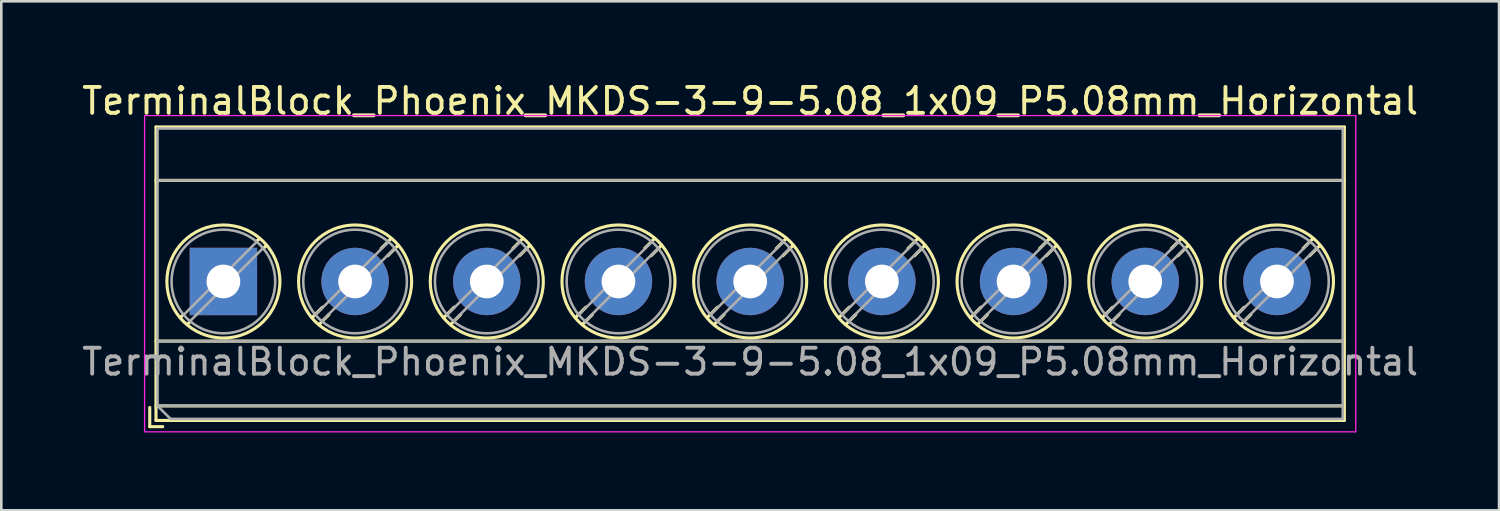
<source format=kicad_pcb>
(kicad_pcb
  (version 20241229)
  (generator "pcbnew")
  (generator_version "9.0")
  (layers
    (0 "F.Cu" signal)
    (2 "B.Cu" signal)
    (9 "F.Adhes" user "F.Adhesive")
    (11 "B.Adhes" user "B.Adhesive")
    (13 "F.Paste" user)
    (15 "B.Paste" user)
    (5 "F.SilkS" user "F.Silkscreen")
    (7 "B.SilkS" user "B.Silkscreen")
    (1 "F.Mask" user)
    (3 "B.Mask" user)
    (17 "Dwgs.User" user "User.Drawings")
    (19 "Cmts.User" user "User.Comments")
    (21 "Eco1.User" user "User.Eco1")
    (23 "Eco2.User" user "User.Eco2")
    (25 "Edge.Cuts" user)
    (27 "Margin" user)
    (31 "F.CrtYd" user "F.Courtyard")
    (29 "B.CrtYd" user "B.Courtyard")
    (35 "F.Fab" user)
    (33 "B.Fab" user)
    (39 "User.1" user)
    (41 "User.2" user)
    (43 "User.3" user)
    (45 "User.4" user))
  (footprint "TerminalBlock_Phoenix_MKDS-3-9-5.08_1x09_P5.08mm_Horizontal"
    (layer "F.Cu")
    (at 5.567 7.808)
    (property "Reference" "TerminalBlock_Phoenix_MKDS-3-9-5.08_1x09_P5.08mm_Horizontal" (at 20.32 -6.96 0) (layer "F.SilkS") (effects (font (size 1 1) (thickness 0.15))))
    (attr through_hole)
    (fp_line (start -2.84 4.86) (end -2.84 5.6) (stroke (width 0.12) (type solid)) (layer "F.SilkS"))
    (fp_line (start -2.84 5.6) (end -2.34 5.6) (stroke (width 0.12) (type solid)) (layer "F.SilkS"))
    (fp_line (start -2.6 -5.96) (end -2.6 5.36) (stroke (width 0.12) (type solid)) (layer "F.SilkS"))
    (fp_line (start -2.6 -5.96) (end 43.24 -5.96) (stroke (width 0.12) (type solid)) (layer "F.SilkS"))
    (fp_line (start -2.6 -3.9) (end 43.24 -3.9) (stroke (width 0.12) (type solid)) (layer "F.SilkS"))
    (fp_line (start -2.6 2.3) (end 43.24 2.3) (stroke (width 0.12) (type solid)) (layer "F.SilkS"))
    (fp_line (start -2.6 4.8) (end 43.24 4.8) (stroke (width 0.12) (type solid)) (layer "F.SilkS"))
    (fp_line (start -2.6 5.36) (end 43.24 5.36) (stroke (width 0.12) (type solid)) (layer "F.SilkS"))
    (fp_line (start -1.548 1.281) (end -1.654 1.388) (stroke (width 0.12) (type solid)) (layer "F.SilkS"))
    (fp_line (start -1.282 1.547) (end -1.388 1.654) (stroke (width 0.12) (type solid)) (layer "F.SilkS"))
    (fp_line (start 1.388 -1.654) (end 1.281 -1.547) (stroke (width 0.12) (type solid)) (layer "F.SilkS"))
    (fp_line (start 1.654 -1.388) (end 1.547 -1.281) (stroke (width 0.12) (type solid)) (layer "F.SilkS"))
    (fp_line (start 3.822 0.992) (end 3.427 1.388) (stroke (width 0.12) (type solid)) (layer "F.SilkS"))
    (fp_line (start 4.073 1.274) (end 3.693 1.654) (stroke (width 0.12) (type solid)) (layer "F.SilkS"))
    (fp_line (start 6.468 -1.654) (end 6.088 -1.274) (stroke (width 0.12) (type solid)) (layer "F.SilkS"))
    (fp_line (start 6.734 -1.388) (end 6.339 -0.992) (stroke (width 0.12) (type solid)) (layer "F.SilkS"))
    (fp_line (start 8.902 0.992) (end 8.507 1.388) (stroke (width 0.12) (type solid)) (layer "F.SilkS"))
    (fp_line (start 9.153 1.274) (end 8.773 1.654) (stroke (width 0.12) (type solid)) (layer "F.SilkS"))
    (fp_line (start 11.548 -1.654) (end 11.168 -1.274) (stroke (width 0.12) (type solid)) (layer "F.SilkS"))
    (fp_line (start 11.814 -1.388) (end 11.419 -0.992) (stroke (width 0.12) (type solid)) (layer "F.SilkS"))
    (fp_line (start 13.982 0.992) (end 13.587 1.388) (stroke (width 0.12) (type solid)) (layer "F.SilkS"))
    (fp_line (start 14.233 1.274) (end 13.853 1.654) (stroke (width 0.12) (type solid)) (layer "F.SilkS"))
    (fp_line (start 16.628 -1.654) (end 16.248 -1.274) (stroke (width 0.12) (type solid)) (layer "F.SilkS"))
    (fp_line (start 16.894 -1.388) (end 16.499 -0.992) (stroke (width 0.12) (type solid)) (layer "F.SilkS"))
    (fp_line (start 19.062 0.992) (end 18.667 1.388) (stroke (width 0.12) (type solid)) (layer "F.SilkS"))
    (fp_line (start 19.313 1.274) (end 18.933 1.654) (stroke (width 0.12) (type solid)) (layer "F.SilkS"))
    (fp_line (start 21.708 -1.654) (end 21.328 -1.274) (stroke (width 0.12) (type solid)) (layer "F.SilkS"))
    (fp_line (start 21.974 -1.388) (end 21.579 -0.992) (stroke (width 0.12) (type solid)) (layer "F.SilkS"))
    (fp_line (start 24.142 0.992) (end 23.747 1.388) (stroke (width 0.12) (type solid)) (layer "F.SilkS"))
    (fp_line (start 24.393 1.274) (end 24.013 1.654) (stroke (width 0.12) (type solid)) (layer "F.SilkS"))
    (fp_line (start 26.788 -1.654) (end 26.408 -1.274) (stroke (width 0.12) (type solid)) (layer "F.SilkS"))
    (fp_line (start 27.054 -1.388) (end 26.659 -0.992) (stroke (width 0.12) (type solid)) (layer "F.SilkS"))
    (fp_line (start 29.222 0.992) (end 28.827 1.388) (stroke (width 0.12) (type solid)) (layer "F.SilkS"))
    (fp_line (start 29.473 1.274) (end 29.093 1.654) (stroke (width 0.12) (type solid)) (layer "F.SilkS"))
    (fp_line (start 31.868 -1.654) (end 31.488 -1.274) (stroke (width 0.12) (type solid)) (layer "F.SilkS"))
    (fp_line (start 32.134 -1.388) (end 31.739 -0.992) (stroke (width 0.12) (type solid)) (layer "F.SilkS"))
    (fp_line (start 34.302 0.992) (end 33.907 1.388) (stroke (width 0.12) (type solid)) (layer "F.SilkS"))
    (fp_line (start 34.553 1.274) (end 34.173 1.654) (stroke (width 0.12) (type solid)) (layer "F.SilkS"))
    (fp_line (start 36.948 -1.654) (end 36.568 -1.274) (stroke (width 0.12) (type solid)) (layer "F.SilkS"))
    (fp_line (start 37.214 -1.388) (end 36.819 -0.992) (stroke (width 0.12) (type solid)) (layer "F.SilkS"))
    (fp_line (start 39.382 0.992) (end 38.987 1.388) (stroke (width 0.12) (type solid)) (layer "F.SilkS"))
    (fp_line (start 39.633 1.274) (end 39.253 1.654) (stroke (width 0.12) (type solid)) (layer "F.SilkS"))
    (fp_line (start 42.028 -1.654) (end 41.648 -1.274) (stroke (width 0.12) (type solid)) (layer "F.SilkS"))
    (fp_line (start 42.294 -1.388) (end 41.899 -0.992) (stroke (width 0.12) (type solid)) (layer "F.SilkS"))
    (fp_line (start 43.24 -5.96) (end 43.24 5.36) (stroke (width 0.12) (type solid)) (layer "F.SilkS"))
    (fp_circle (center 0 0) (end 2.18 0) (stroke (width 0.12) (type solid)) (fill no) (layer "F.SilkS"))
    (fp_circle (center 5.08 0) (end 7.26 0) (stroke (width 0.12) (type solid)) (fill no) (layer "F.SilkS"))
    (fp_circle (center 10.16 0) (end 12.34 0) (stroke (width 0.12) (type solid)) (fill no) (layer "F.SilkS"))
    (fp_circle (center 15.24 0) (end 17.42 0) (stroke (width 0.12) (type solid)) (fill no) (layer "F.SilkS"))
    (fp_circle (center 20.32 0) (end 22.5 0) (stroke (width 0.12) (type solid)) (fill no) (layer "F.SilkS"))
    (fp_circle (center 25.4 0) (end 27.58 0) (stroke (width 0.12) (type solid)) (fill no) (layer "F.SilkS"))
    (fp_circle (center 30.48 0) (end 32.66 0) (stroke (width 0.12) (type solid)) (fill no) (layer "F.SilkS"))
    (fp_circle (center 35.56 0) (end 37.74 0) (stroke (width 0.12) (type solid)) (fill no) (layer "F.SilkS"))
    (fp_circle (center 40.64 0) (end 42.82 0) (stroke (width 0.12) (type solid)) (fill no) (layer "F.SilkS"))
    (fp_line (start -3.04 -6.4) (end -3.04 5.8) (stroke (width 0.05) (type solid)) (layer "F.CrtYd"))
    (fp_line (start -3.04 5.8) (end 43.68 5.8) (stroke (width 0.05) (type solid)) (layer "F.CrtYd"))
    (fp_line (start 43.68 -6.4) (end -3.04 -6.4) (stroke (width 0.05) (type solid)) (layer "F.CrtYd"))
    (fp_line (start 43.68 5.8) (end 43.68 -6.4) (stroke (width 0.05) (type solid)) (layer "F.CrtYd"))
    (fp_line (start -2.54 -5.9) (end 43.18 -5.9) (stroke (width 0.1) (type solid)) (layer "F.Fab"))
    (fp_line (start -2.54 -3.9) (end 43.18 -3.9) (stroke (width 0.1) (type solid)) (layer "F.Fab"))
    (fp_line (start -2.54 2.3) (end 43.18 2.3) (stroke (width 0.1) (type solid)) (layer "F.Fab"))
    (fp_line (start -2.54 4.8) (end -2.54 -5.9) (stroke (width 0.1) (type solid)) (layer "F.Fab"))
    (fp_line (start -2.54 4.8) (end 43.18 4.8) (stroke (width 0.1) (type solid)) (layer "F.Fab"))
    (fp_line (start -2.04 5.3) (end -2.54 4.8) (stroke (width 0.1) (type solid)) (layer "F.Fab"))
    (fp_line (start 1.273 -1.517) (end -1.517 1.273) (stroke (width 0.1) (type solid)) (layer "F.Fab"))
    (fp_line (start 1.517 -1.273) (end -1.273 1.517) (stroke (width 0.1) (type solid)) (layer "F.Fab"))
    (fp_line (start 6.353 -1.517) (end 3.564 1.273) (stroke (width 0.1) (type solid)) (layer "F.Fab"))
    (fp_line (start 6.597 -1.273) (end 3.808 1.517) (stroke (width 0.1) (type solid)) (layer "F.Fab"))
    (fp_line (start 11.433 -1.517) (end 8.644 1.273) (stroke (width 0.1) (type solid)) (layer "F.Fab"))
    (fp_line (start 11.677 -1.273) (end 8.888 1.517) (stroke (width 0.1) (type solid)) (layer "F.Fab"))
    (fp_line (start 16.513 -1.517) (end 13.724 1.273) (stroke (width 0.1) (type solid)) (layer "F.Fab"))
    (fp_line (start 16.757 -1.273) (end 13.968 1.517) (stroke (width 0.1) (type solid)) (layer "F.Fab"))
    (fp_line (start 21.593 -1.517) (end 18.804 1.273) (stroke (width 0.1) (type solid)) (layer "F.Fab"))
    (fp_line (start 21.837 -1.273) (end 19.048 1.517) (stroke (width 0.1) (type solid)) (layer "F.Fab"))
    (fp_line (start 26.673 -1.517) (end 23.884 1.273) (stroke (width 0.1) (type solid)) (layer "F.Fab"))
    (fp_line (start 26.917 -1.273) (end 24.128 1.517) (stroke (width 0.1) (type solid)) (layer "F.Fab"))
    (fp_line (start 31.753 -1.517) (end 28.964 1.273) (stroke (width 0.1) (type solid)) (layer "F.Fab"))
    (fp_line (start 31.997 -1.273) (end 29.208 1.517) (stroke (width 0.1) (type solid)) (layer "F.Fab"))
    (fp_line (start 36.833 -1.517) (end 34.044 1.273) (stroke (width 0.1) (type solid)) (layer "F.Fab"))
    (fp_line (start 37.077 -1.273) (end 34.288 1.517) (stroke (width 0.1) (type solid)) (layer "F.Fab"))
    (fp_line (start 41.913 -1.517) (end 39.124 1.273) (stroke (width 0.1) (type solid)) (layer "F.Fab"))
    (fp_line (start 42.157 -1.273) (end 39.368 1.517) (stroke (width 0.1) (type solid)) (layer "F.Fab"))
    (fp_line (start 43.18 -5.9) (end 43.18 5.3) (stroke (width 0.1) (type solid)) (layer "F.Fab"))
    (fp_line (start 43.18 5.3) (end -2.04 5.3) (stroke (width 0.1) (type solid)) (layer "F.Fab"))
    (fp_circle (center 0 0) (end 2 0) (stroke (width 0.1) (type solid)) (fill no) (layer "F.Fab"))
    (fp_circle (center 5.08 0) (end 7.08 0) (stroke (width 0.1) (type solid)) (fill no) (layer "F.Fab"))
    (fp_circle (center 10.16 0) (end 12.16 0) (stroke (width 0.1) (type solid)) (fill no) (layer "F.Fab"))
    (fp_circle (center 15.24 0) (end 17.24 0) (stroke (width 0.1) (type solid)) (fill no) (layer "F.Fab"))
    (fp_circle (center 20.32 0) (end 22.32 0) (stroke (width 0.1) (type solid)) (fill no) (layer "F.Fab"))
    (fp_circle (center 25.4 0) (end 27.4 0) (stroke (width 0.1) (type solid)) (fill no) (layer "F.Fab"))
    (fp_circle (center 30.48 0) (end 32.48 0) (stroke (width 0.1) (type solid)) (fill no) (layer "F.Fab"))
    (fp_circle (center 35.56 0) (end 37.56 0) (stroke (width 0.1) (type solid)) (fill no) (layer "F.Fab"))
    (fp_circle (center 40.64 0) (end 42.64 0) (stroke (width 0.1) (type solid)) (fill no) (layer "F.Fab"))
    (fp_text user "${REFERENCE}" (at 20.32 3.1 0) (layer "F.Fab") (effects (font (size 1 1) (thickness 0.15))))
    (pad "1" thru_hole rect (at 0 0) (size 2.6 2.6) (drill 1.3) (layers "*.Cu" "*.Mask"))
    (pad "2" thru_hole circle (at 5.08 0) (size 2.6 2.6) (drill 1.3) (layers "*.Cu" "*.Mask"))
    (pad "3" thru_hole circle (at 10.16 0) (size 2.6 2.6) (drill 1.3) (layers "*.Cu" "*.Mask"))
    (pad "4" thru_hole circle (at 15.24 0) (size 2.6 2.6) (drill 1.3) (layers "*.Cu" "*.Mask"))
    (pad "5" thru_hole circle (at 20.32 0) (size 2.6 2.6) (drill 1.3) (layers "*.Cu" "*.Mask"))
    (pad "6" thru_hole circle (at 25.4 0) (size 2.6 2.6) (drill 1.3) (layers "*.Cu" "*.Mask"))
    (pad "7" thru_hole circle (at 30.48 0) (size 2.6 2.6) (drill 1.3) (layers "*.Cu" "*.Mask"))
    (pad "8" thru_hole circle (at 35.56 0) (size 2.6 2.6) (drill 1.3) (layers "*.Cu" "*.Mask"))
    (pad "9" thru_hole circle (at 40.64 0) (size 2.6 2.6) (drill 1.3) (layers "*.Cu" "*.Mask")))
  (gr_rect
    (start -3 -3)
    (end 54.774 16.633)
    (stroke (width 0.1) (type default))
    (fill no)
    (layer "Edge.Cuts")))
</source>
